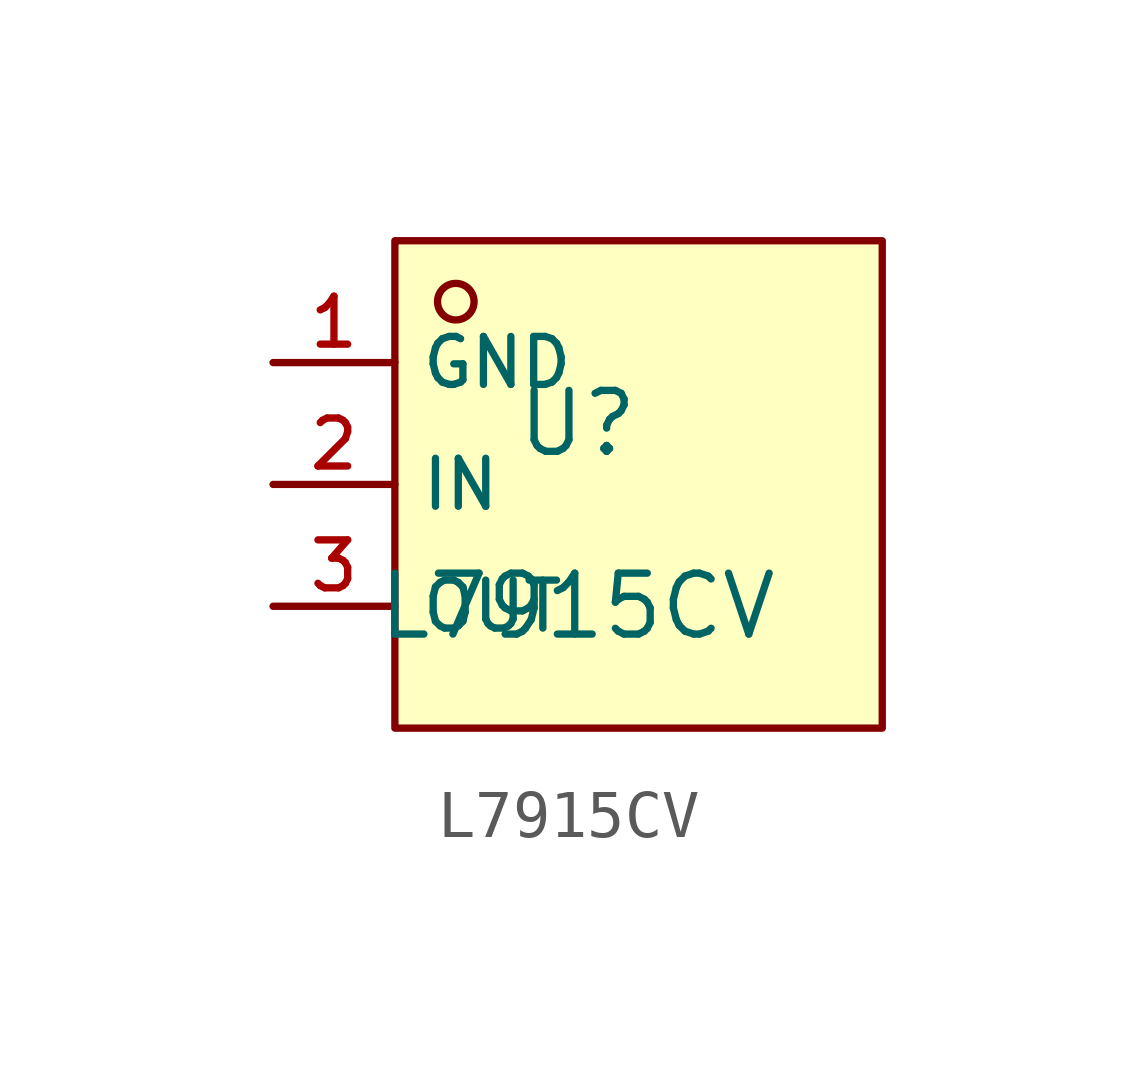
<source format=kicad_sym>
(kicad_symbol_lib
  (version 20210201)
  (generator TousstNicolas/JLC2KiCad_lib)
  (symbol "L7915CV"
    (property "Reference" "U"
      (at 0 1.27 0)
      (effects (font (size 1.27 1.27))))
    (property "Value" "L7915CV"
      (at 0 -2.54 0)
      (effects (font (size 1.27 1.27))))
    (symbol "L7915CV_0_1"
      (rectangle (start -3.81 5.08) (end 6.35 -5.08) (stroke (width 0) (type default) (color 0 0 0 0)) (fill (type background)))
      (circle (center -2.54 3.81) (radius 0.381) (stroke (width 0) (type default) (color 0 0 0 0)) (fill (type background)))
      (pin unspecified line (at -6.35 2.54 0) (length 2.54) (name "GND" (effects (font (size 1 1)))) (number "1" (effects (font (size 1 1)))))
      (pin unspecified line (at -6.35 -0.0 0) (length 2.54) (name "IN" (effects (font (size 1 1)))) (number "2" (effects (font (size 1 1)))))
      (pin unspecified line (at -6.35 -2.54 0) (length 2.54) (name "OUT" (effects (font (size 1 1)))) (number "3" (effects (font (size 1 1))))))))
</source>
